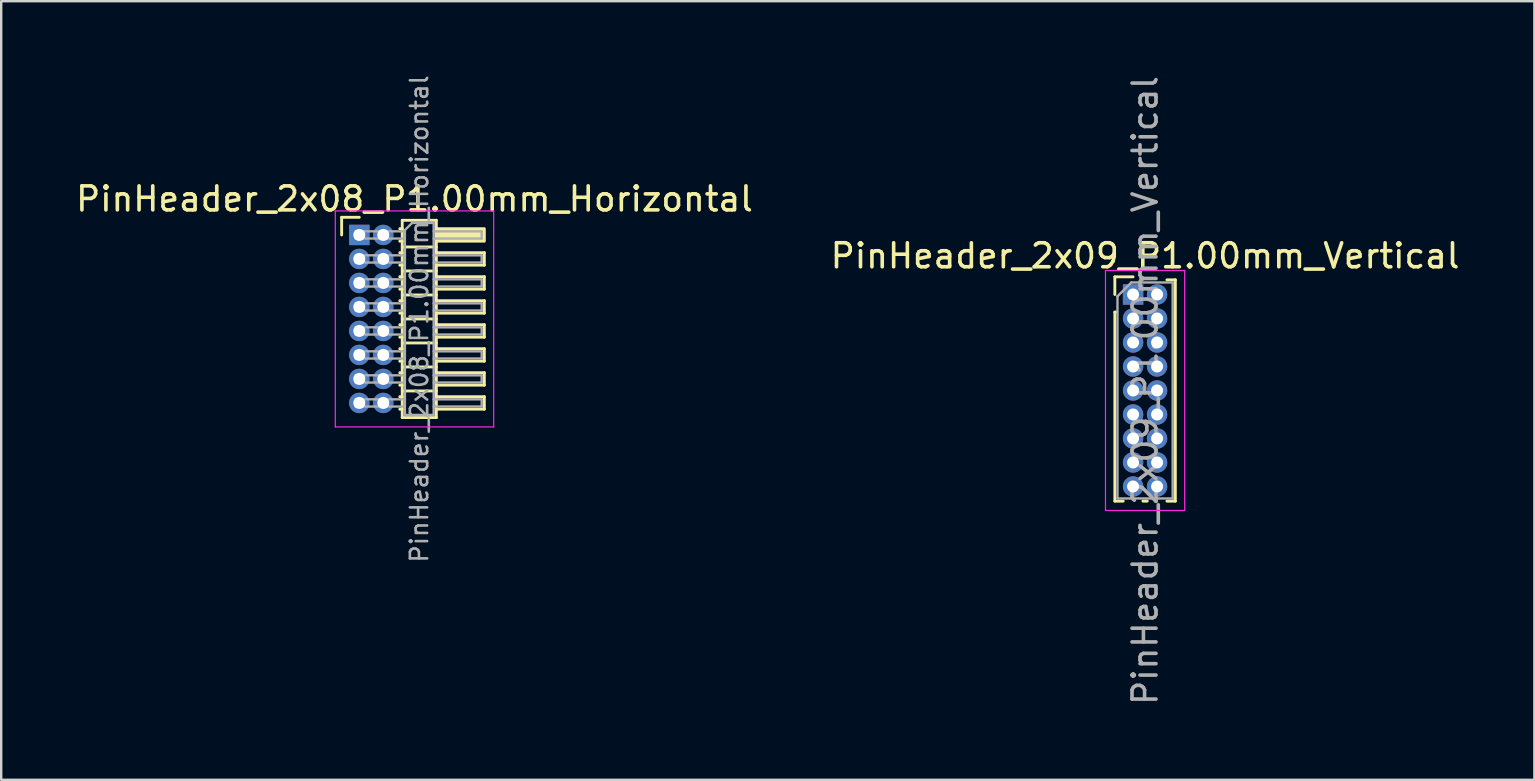
<source format=kicad_pcb>
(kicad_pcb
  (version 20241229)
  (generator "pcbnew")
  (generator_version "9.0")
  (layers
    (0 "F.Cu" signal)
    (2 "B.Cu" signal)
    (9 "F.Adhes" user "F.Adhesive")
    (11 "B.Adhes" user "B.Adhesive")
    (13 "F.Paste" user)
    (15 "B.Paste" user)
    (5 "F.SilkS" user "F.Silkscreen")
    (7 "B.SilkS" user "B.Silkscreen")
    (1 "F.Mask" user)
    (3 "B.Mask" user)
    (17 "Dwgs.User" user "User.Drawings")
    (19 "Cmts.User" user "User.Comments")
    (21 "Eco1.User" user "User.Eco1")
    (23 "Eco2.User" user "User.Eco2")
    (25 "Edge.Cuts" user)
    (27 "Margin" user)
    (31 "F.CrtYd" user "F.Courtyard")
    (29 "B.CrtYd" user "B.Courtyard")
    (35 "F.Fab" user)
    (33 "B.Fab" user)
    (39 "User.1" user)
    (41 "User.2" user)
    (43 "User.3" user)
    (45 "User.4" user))
  (footprint "PinHeader_2x08_P1.00mm_Horizontal"
    (layer "F.Cu")
    (at 11.92 6.739)
    (property "Reference" "PinHeader_2x08_P1.00mm_Horizontal" (at 2.3 -1.5 0) (layer "F.SilkS") (effects (font (size 1 1) (thickness 0.15))))
    (attr through_hole)
    (fp_line (start -0.735 -0.735) (end 0 -0.735) (stroke (width 0.12) (type solid)) (layer "F.SilkS"))
    (fp_line (start -0.735 0) (end -0.735 -0.735) (stroke (width 0.12) (type solid)) (layer "F.SilkS"))
    (fp_line (start 1.687 -0.26) (end 1.79 -0.26) (stroke (width 0.12) (type solid)) (layer "F.SilkS"))
    (fp_line (start 1.687 0.26) (end 1.79 0.26) (stroke (width 0.12) (type solid)) (layer "F.SilkS"))
    (fp_line (start 1.687 0.74) (end 1.79 0.74) (stroke (width 0.12) (type solid)) (layer "F.SilkS"))
    (fp_line (start 1.687 1.26) (end 1.79 1.26) (stroke (width 0.12) (type solid)) (layer "F.SilkS"))
    (fp_line (start 1.687 1.74) (end 1.79 1.74) (stroke (width 0.12) (type solid)) (layer "F.SilkS"))
    (fp_line (start 1.687 2.26) (end 1.79 2.26) (stroke (width 0.12) (type solid)) (layer "F.SilkS"))
    (fp_line (start 1.687 2.74) (end 1.79 2.74) (stroke (width 0.12) (type solid)) (layer "F.SilkS"))
    (fp_line (start 1.687 3.26) (end 1.79 3.26) (stroke (width 0.12) (type solid)) (layer "F.SilkS"))
    (fp_line (start 1.687 3.74) (end 1.79 3.74) (stroke (width 0.12) (type solid)) (layer "F.SilkS"))
    (fp_line (start 1.687 4.26) (end 1.79 4.26) (stroke (width 0.12) (type solid)) (layer "F.SilkS"))
    (fp_line (start 1.687 4.74) (end 1.79 4.74) (stroke (width 0.12) (type solid)) (layer "F.SilkS"))
    (fp_line (start 1.687 5.26) (end 1.79 5.26) (stroke (width 0.12) (type solid)) (layer "F.SilkS"))
    (fp_line (start 1.687 5.74) (end 1.79 5.74) (stroke (width 0.12) (type solid)) (layer "F.SilkS"))
    (fp_line (start 1.687 6.26) (end 1.79 6.26) (stroke (width 0.12) (type solid)) (layer "F.SilkS"))
    (fp_line (start 1.687 6.74) (end 1.79 6.74) (stroke (width 0.12) (type solid)) (layer "F.SilkS"))
    (fp_line (start 1.687 7.26) (end 1.79 7.26) (stroke (width 0.12) (type solid)) (layer "F.SilkS"))
    (fp_line (start 1.79 -0.61) (end 1.79 7.61) (stroke (width 0.12) (type solid)) (layer "F.SilkS"))
    (fp_line (start 1.79 0.5) (end 3.21 0.5) (stroke (width 0.12) (type solid)) (layer "F.SilkS"))
    (fp_line (start 1.79 1.5) (end 3.21 1.5) (stroke (width 0.12) (type solid)) (layer "F.SilkS"))
    (fp_line (start 1.79 2.5) (end 3.21 2.5) (stroke (width 0.12) (type solid)) (layer "F.SilkS"))
    (fp_line (start 1.79 3.5) (end 3.21 3.5) (stroke (width 0.12) (type solid)) (layer "F.SilkS"))
    (fp_line (start 1.79 4.5) (end 3.21 4.5) (stroke (width 0.12) (type solid)) (layer "F.SilkS"))
    (fp_line (start 1.79 5.5) (end 3.21 5.5) (stroke (width 0.12) (type solid)) (layer "F.SilkS"))
    (fp_line (start 1.79 6.5) (end 3.21 6.5) (stroke (width 0.12) (type solid)) (layer "F.SilkS"))
    (fp_line (start 1.79 7.61) (end 3.21 7.61) (stroke (width 0.12) (type solid)) (layer "F.SilkS"))
    (fp_line (start 3.21 -0.61) (end 1.79 -0.61) (stroke (width 0.12) (type solid)) (layer "F.SilkS"))
    (fp_line (start 3.21 0.74) (end 5.21 0.74) (stroke (width 0.12) (type solid)) (layer "F.SilkS"))
    (fp_line (start 3.21 1.74) (end 5.21 1.74) (stroke (width 0.12) (type solid)) (layer "F.SilkS"))
    (fp_line (start 3.21 2.74) (end 5.21 2.74) (stroke (width 0.12) (type solid)) (layer "F.SilkS"))
    (fp_line (start 3.21 3.74) (end 5.21 3.74) (stroke (width 0.12) (type solid)) (layer "F.SilkS"))
    (fp_line (start 3.21 4.74) (end 5.21 4.74) (stroke (width 0.12) (type solid)) (layer "F.SilkS"))
    (fp_line (start 3.21 5.74) (end 5.21 5.74) (stroke (width 0.12) (type solid)) (layer "F.SilkS"))
    (fp_line (start 3.21 6.74) (end 5.21 6.74) (stroke (width 0.12) (type solid)) (layer "F.SilkS"))
    (fp_line (start 3.21 7.61) (end 3.21 -0.61) (stroke (width 0.12) (type solid)) (layer "F.SilkS"))
    (fp_line (start 5.21 0.74) (end 5.21 1.26) (stroke (width 0.12) (type solid)) (layer "F.SilkS"))
    (fp_line (start 5.21 1.26) (end 3.21 1.26) (stroke (width 0.12) (type solid)) (layer "F.SilkS"))
    (fp_line (start 5.21 1.74) (end 5.21 2.26) (stroke (width 0.12) (type solid)) (layer "F.SilkS"))
    (fp_line (start 5.21 2.26) (end 3.21 2.26) (stroke (width 0.12) (type solid)) (layer "F.SilkS"))
    (fp_line (start 5.21 2.74) (end 5.21 3.26) (stroke (width 0.12) (type solid)) (layer "F.SilkS"))
    (fp_line (start 5.21 3.26) (end 3.21 3.26) (stroke (width 0.12) (type solid)) (layer "F.SilkS"))
    (fp_line (start 5.21 3.74) (end 5.21 4.26) (stroke (width 0.12) (type solid)) (layer "F.SilkS"))
    (fp_line (start 5.21 4.26) (end 3.21 4.26) (stroke (width 0.12) (type solid)) (layer "F.SilkS"))
    (fp_line (start 5.21 4.74) (end 5.21 5.26) (stroke (width 0.12) (type solid)) (layer "F.SilkS"))
    (fp_line (start 5.21 5.26) (end 3.21 5.26) (stroke (width 0.12) (type solid)) (layer "F.SilkS"))
    (fp_line (start 5.21 5.74) (end 5.21 6.26) (stroke (width 0.12) (type solid)) (layer "F.SilkS"))
    (fp_line (start 5.21 6.26) (end 3.21 6.26) (stroke (width 0.12) (type solid)) (layer "F.SilkS"))
    (fp_line (start 5.21 6.74) (end 5.21 7.26) (stroke (width 0.12) (type solid)) (layer "F.SilkS"))
    (fp_line (start 5.21 7.26) (end 3.21 7.26) (stroke (width 0.12) (type solid)) (layer "F.SilkS"))
    (fp_rect (start 3.21 -0.26) (end 5.21 0.26) (stroke (width 0.12) (type solid)) (fill yes) (layer "F.SilkS"))
    (fp_line (start -1 -1) (end -1 8) (stroke (width 0.05) (type solid)) (layer "F.CrtYd"))
    (fp_line (start -1 8) (end 5.6 8) (stroke (width 0.05) (type solid)) (layer "F.CrtYd"))
    (fp_line (start 5.6 -1) (end -1 -1) (stroke (width 0.05) (type solid)) (layer "F.CrtYd"))
    (fp_line (start 5.6 8) (end 5.6 -1) (stroke (width 0.05) (type solid)) (layer "F.CrtYd"))
    (fp_line (start -0.15 -0.15) (end -0.15 0.15) (stroke (width 0.1) (type solid)) (layer "F.Fab"))
    (fp_line (start -0.15 -0.15) (end 1.9 -0.15) (stroke (width 0.1) (type solid)) (layer "F.Fab"))
    (fp_line (start -0.15 0.15) (end 1.9 0.15) (stroke (width 0.1) (type solid)) (layer "F.Fab"))
    (fp_line (start -0.15 0.85) (end -0.15 1.15) (stroke (width 0.1) (type solid)) (layer "F.Fab"))
    (fp_line (start -0.15 0.85) (end 1.9 0.85) (stroke (width 0.1) (type solid)) (layer "F.Fab"))
    (fp_line (start -0.15 1.15) (end 1.9 1.15) (stroke (width 0.1) (type solid)) (layer "F.Fab"))
    (fp_line (start -0.15 1.85) (end -0.15 2.15) (stroke (width 0.1) (type solid)) (layer "F.Fab"))
    (fp_line (start -0.15 1.85) (end 1.9 1.85) (stroke (width 0.1) (type solid)) (layer "F.Fab"))
    (fp_line (start -0.15 2.15) (end 1.9 2.15) (stroke (width 0.1) (type solid)) (layer "F.Fab"))
    (fp_line (start -0.15 2.85) (end -0.15 3.15) (stroke (width 0.1) (type solid)) (layer "F.Fab"))
    (fp_line (start -0.15 2.85) (end 1.9 2.85) (stroke (width 0.1) (type solid)) (layer "F.Fab"))
    (fp_line (start -0.15 3.15) (end 1.9 3.15) (stroke (width 0.1) (type solid)) (layer "F.Fab"))
    (fp_line (start -0.15 3.85) (end -0.15 4.15) (stroke (width 0.1) (type solid)) (layer "F.Fab"))
    (fp_line (start -0.15 3.85) (end 1.9 3.85) (stroke (width 0.1) (type solid)) (layer "F.Fab"))
    (fp_line (start -0.15 4.15) (end 1.9 4.15) (stroke (width 0.1) (type solid)) (layer "F.Fab"))
    (fp_line (start -0.15 4.85) (end -0.15 5.15) (stroke (width 0.1) (type solid)) (layer "F.Fab"))
    (fp_line (start -0.15 4.85) (end 1.9 4.85) (stroke (width 0.1) (type solid)) (layer "F.Fab"))
    (fp_line (start -0.15 5.15) (end 1.9 5.15) (stroke (width 0.1) (type solid)) (layer "F.Fab"))
    (fp_line (start -0.15 5.85) (end -0.15 6.15) (stroke (width 0.1) (type solid)) (layer "F.Fab"))
    (fp_line (start -0.15 5.85) (end 1.9 5.85) (stroke (width 0.1) (type solid)) (layer "F.Fab"))
    (fp_line (start -0.15 6.15) (end 1.9 6.15) (stroke (width 0.1) (type solid)) (layer "F.Fab"))
    (fp_line (start -0.15 6.85) (end -0.15 7.15) (stroke (width 0.1) (type solid)) (layer "F.Fab"))
    (fp_line (start -0.15 6.85) (end 1.9 6.85) (stroke (width 0.1) (type solid)) (layer "F.Fab"))
    (fp_line (start -0.15 7.15) (end 1.9 7.15) (stroke (width 0.1) (type solid)) (layer "F.Fab"))
    (fp_line (start 1.9 -0.2) (end 2.2 -0.5) (stroke (width 0.1) (type solid)) (layer "F.Fab"))
    (fp_line (start 1.9 7.5) (end 1.9 -0.2) (stroke (width 0.1) (type solid)) (layer "F.Fab"))
    (fp_line (start 2.2 -0.5) (end 3.1 -0.5) (stroke (width 0.1) (type solid)) (layer "F.Fab"))
    (fp_line (start 3.1 -0.5) (end 3.1 7.5) (stroke (width 0.1) (type solid)) (layer "F.Fab"))
    (fp_line (start 3.1 -0.15) (end 5.1 -0.15) (stroke (width 0.1) (type solid)) (layer "F.Fab"))
    (fp_line (start 3.1 0.15) (end 5.1 0.15) (stroke (width 0.1) (type solid)) (layer "F.Fab"))
    (fp_line (start 3.1 0.85) (end 5.1 0.85) (stroke (width 0.1) (type solid)) (layer "F.Fab"))
    (fp_line (start 3.1 1.15) (end 5.1 1.15) (stroke (width 0.1) (type solid)) (layer "F.Fab"))
    (fp_line (start 3.1 1.85) (end 5.1 1.85) (stroke (width 0.1) (type solid)) (layer "F.Fab"))
    (fp_line (start 3.1 2.15) (end 5.1 2.15) (stroke (width 0.1) (type solid)) (layer "F.Fab"))
    (fp_line (start 3.1 2.85) (end 5.1 2.85) (stroke (width 0.1) (type solid)) (layer "F.Fab"))
    (fp_line (start 3.1 3.15) (end 5.1 3.15) (stroke (width 0.1) (type solid)) (layer "F.Fab"))
    (fp_line (start 3.1 3.85) (end 5.1 3.85) (stroke (width 0.1) (type solid)) (layer "F.Fab"))
    (fp_line (start 3.1 4.15) (end 5.1 4.15) (stroke (width 0.1) (type solid)) (layer "F.Fab"))
    (fp_line (start 3.1 4.85) (end 5.1 4.85) (stroke (width 0.1) (type solid)) (layer "F.Fab"))
    (fp_line (start 3.1 5.15) (end 5.1 5.15) (stroke (width 0.1) (type solid)) (layer "F.Fab"))
    (fp_line (start 3.1 5.85) (end 5.1 5.85) (stroke (width 0.1) (type solid)) (layer "F.Fab"))
    (fp_line (start 3.1 6.15) (end 5.1 6.15) (stroke (width 0.1) (type solid)) (layer "F.Fab"))
    (fp_line (start 3.1 6.85) (end 5.1 6.85) (stroke (width 0.1) (type solid)) (layer "F.Fab"))
    (fp_line (start 3.1 7.15) (end 5.1 7.15) (stroke (width 0.1) (type solid)) (layer "F.Fab"))
    (fp_line (start 3.1 7.5) (end 1.9 7.5) (stroke (width 0.1) (type solid)) (layer "F.Fab"))
    (fp_line (start 5.1 -0.15) (end 5.1 0.15) (stroke (width 0.1) (type solid)) (layer "F.Fab"))
    (fp_line (start 5.1 0.85) (end 5.1 1.15) (stroke (width 0.1) (type solid)) (layer "F.Fab"))
    (fp_line (start 5.1 1.85) (end 5.1 2.15) (stroke (width 0.1) (type solid)) (layer "F.Fab"))
    (fp_line (start 5.1 2.85) (end 5.1 3.15) (stroke (width 0.1) (type solid)) (layer "F.Fab"))
    (fp_line (start 5.1 3.85) (end 5.1 4.15) (stroke (width 0.1) (type solid)) (layer "F.Fab"))
    (fp_line (start 5.1 4.85) (end 5.1 5.15) (stroke (width 0.1) (type solid)) (layer "F.Fab"))
    (fp_line (start 5.1 5.85) (end 5.1 6.15) (stroke (width 0.1) (type solid)) (layer "F.Fab"))
    (fp_line (start 5.1 6.85) (end 5.1 7.15) (stroke (width 0.1) (type solid)) (layer "F.Fab"))
    (fp_text user "${REFERENCE}" (at 2.5 3.5 90) (layer "F.Fab") (effects (font (size 0.72 0.72) (thickness 0.108))))
    (pad "1" thru_hole rect (at 0 0) (size 0.85 0.85) (drill 0.5) (layers "*.Cu" "*.Mask"))
    (pad "2" thru_hole circle (at 1 0) (size 0.85 0.85) (drill 0.5) (layers "*.Cu" "*.Mask"))
    (pad "3" thru_hole circle (at 0 1) (size 0.85 0.85) (drill 0.5) (layers "*.Cu" "*.Mask"))
    (pad "4" thru_hole circle (at 1 1) (size 0.85 0.85) (drill 0.5) (layers "*.Cu" "*.Mask"))
    (pad "5" thru_hole circle (at 0 2) (size 0.85 0.85) (drill 0.5) (layers "*.Cu" "*.Mask"))
    (pad "6" thru_hole circle (at 1 2) (size 0.85 0.85) (drill 0.5) (layers "*.Cu" "*.Mask"))
    (pad "7" thru_hole circle (at 0 3) (size 0.85 0.85) (drill 0.5) (layers "*.Cu" "*.Mask"))
    (pad "8" thru_hole circle (at 1 3) (size 0.85 0.85) (drill 0.5) (layers "*.Cu" "*.Mask"))
    (pad "9" thru_hole circle (at 0 4) (size 0.85 0.85) (drill 0.5) (layers "*.Cu" "*.Mask"))
    (pad "10" thru_hole circle (at 1 4) (size 0.85 0.85) (drill 0.5) (layers "*.Cu" "*.Mask"))
    (pad "11" thru_hole circle (at 0 5) (size 0.85 0.85) (drill 0.5) (layers "*.Cu" "*.Mask"))
    (pad "12" thru_hole circle (at 1 5) (size 0.85 0.85) (drill 0.5) (layers "*.Cu" "*.Mask"))
    (pad "13" thru_hole circle (at 0 6) (size 0.85 0.85) (drill 0.5) (layers "*.Cu" "*.Mask"))
    (pad "14" thru_hole circle (at 1 6) (size 0.85 0.85) (drill 0.5) (layers "*.Cu" "*.Mask"))
    (pad "15" thru_hole circle (at 0 7) (size 0.85 0.85) (drill 0.5) (layers "*.Cu" "*.Mask"))
    (pad "16" thru_hole circle (at 1 7) (size 0.85 0.85) (drill 0.5) (layers "*.Cu" "*.Mask")))
  (footprint "PinHeader_2x09_P1.00mm_Vertical"
    (layer "F.Cu")
    (at 44.161 9.22)
    (property "Reference" "PinHeader_2x09_P1.00mm_Vertical" (at 0.5 -1.61 0) (layer "F.SilkS") (effects (font (size 1 1) (thickness 0.15))))
    (attr through_hole)
    (fp_line (start -0.76 -0.735) (end 0 -0.735) (stroke (width 0.12) (type solid)) (layer "F.SilkS"))
    (fp_line (start -0.76 0) (end -0.76 -0.735) (stroke (width 0.12) (type solid)) (layer "F.SilkS"))
    (fp_line (start -0.76 0.735) (end -0.76 8.61) (stroke (width 0.12) (type solid)) (layer "F.SilkS"))
    (fp_line (start -0.76 0.735) (end -0.686 0.735) (stroke (width 0.12) (type solid)) (layer "F.SilkS"))
    (fp_line (start -0.76 8.61) (end -0.41 8.61) (stroke (width 0.12) (type solid)) (layer "F.SilkS"))
    (fp_line (start 0.41 8.61) (end 0.59 8.61) (stroke (width 0.12) (type solid)) (layer "F.SilkS"))
    (fp_line (start 1.41 -0.61) (end 1.76 -0.61) (stroke (width 0.12) (type solid)) (layer "F.SilkS"))
    (fp_line (start 1.41 8.61) (end 1.76 8.61) (stroke (width 0.12) (type solid)) (layer "F.SilkS"))
    (fp_line (start 1.76 -0.61) (end 1.76 8.61) (stroke (width 0.12) (type solid)) (layer "F.SilkS"))
    (fp_line (start -1.15 -1) (end -1.15 9) (stroke (width 0.05) (type solid)) (layer "F.CrtYd"))
    (fp_line (start -1.15 9) (end 2.15 9) (stroke (width 0.05) (type solid)) (layer "F.CrtYd"))
    (fp_line (start 2.15 -1) (end -1.15 -1) (stroke (width 0.05) (type solid)) (layer "F.CrtYd"))
    (fp_line (start 2.15 9) (end 2.15 -1) (stroke (width 0.05) (type solid)) (layer "F.CrtYd"))
    (fp_line (start -0.65 0.075) (end -0.075 -0.5) (stroke (width 0.1) (type solid)) (layer "F.Fab"))
    (fp_line (start -0.65 8.5) (end -0.65 0.075) (stroke (width 0.1) (type solid)) (layer "F.Fab"))
    (fp_line (start -0.075 -0.5) (end 1.65 -0.5) (stroke (width 0.1) (type solid)) (layer "F.Fab"))
    (fp_line (start 1.65 -0.5) (end 1.65 8.5) (stroke (width 0.1) (type solid)) (layer "F.Fab"))
    (fp_line (start 1.65 8.5) (end -0.65 8.5) (stroke (width 0.1) (type solid)) (layer "F.Fab"))
    (fp_text user "${REFERENCE}" (at 0.5 4 90) (layer "F.Fab") (effects (font (size 1 1) (thickness 0.15))))
    (pad "1" thru_hole rect (at 0 0) (size 0.85 0.85) (drill 0.5) (layers "*.Cu" "*.Mask"))
    (pad "2" thru_hole circle (at 1 0) (size 0.85 0.85) (drill 0.5) (layers "*.Cu" "*.Mask"))
    (pad "3" thru_hole circle (at 0 1) (size 0.85 0.85) (drill 0.5) (layers "*.Cu" "*.Mask"))
    (pad "4" thru_hole circle (at 1 1) (size 0.85 0.85) (drill 0.5) (layers "*.Cu" "*.Mask"))
    (pad "5" thru_hole circle (at 0 2) (size 0.85 0.85) (drill 0.5) (layers "*.Cu" "*.Mask"))
    (pad "6" thru_hole circle (at 1 2) (size 0.85 0.85) (drill 0.5) (layers "*.Cu" "*.Mask"))
    (pad "7" thru_hole circle (at 0 3) (size 0.85 0.85) (drill 0.5) (layers "*.Cu" "*.Mask"))
    (pad "8" thru_hole circle (at 1 3) (size 0.85 0.85) (drill 0.5) (layers "*.Cu" "*.Mask"))
    (pad "9" thru_hole circle (at 0 4) (size 0.85 0.85) (drill 0.5) (layers "*.Cu" "*.Mask"))
    (pad "10" thru_hole circle (at 1 4) (size 0.85 0.85) (drill 0.5) (layers "*.Cu" "*.Mask"))
    (pad "11" thru_hole circle (at 0 5) (size 0.85 0.85) (drill 0.5) (layers "*.Cu" "*.Mask"))
    (pad "12" thru_hole circle (at 1 5) (size 0.85 0.85) (drill 0.5) (layers "*.Cu" "*.Mask"))
    (pad "13" thru_hole circle (at 0 6) (size 0.85 0.85) (drill 0.5) (layers "*.Cu" "*.Mask"))
    (pad "14" thru_hole circle (at 1 6) (size 0.85 0.85) (drill 0.5) (layers "*.Cu" "*.Mask"))
    (pad "15" thru_hole circle (at 0 7) (size 0.85 0.85) (drill 0.5) (layers "*.Cu" "*.Mask"))
    (pad "16" thru_hole circle (at 1 7) (size 0.85 0.85) (drill 0.5) (layers "*.Cu" "*.Mask"))
    (pad "17" thru_hole circle (at 0 8) (size 0.85 0.85) (drill 0.5) (layers "*.Cu" "*.Mask"))
    (pad "18" thru_hole circle (at 1 8) (size 0.85 0.85) (drill 0.5) (layers "*.Cu" "*.Mask")))
  (gr_rect
    (start -3 -3)
    (end 60.881 29.44)
    (stroke (width 0.1) (type default))
    (fill no)
    (layer "Edge.Cuts")))
</source>
